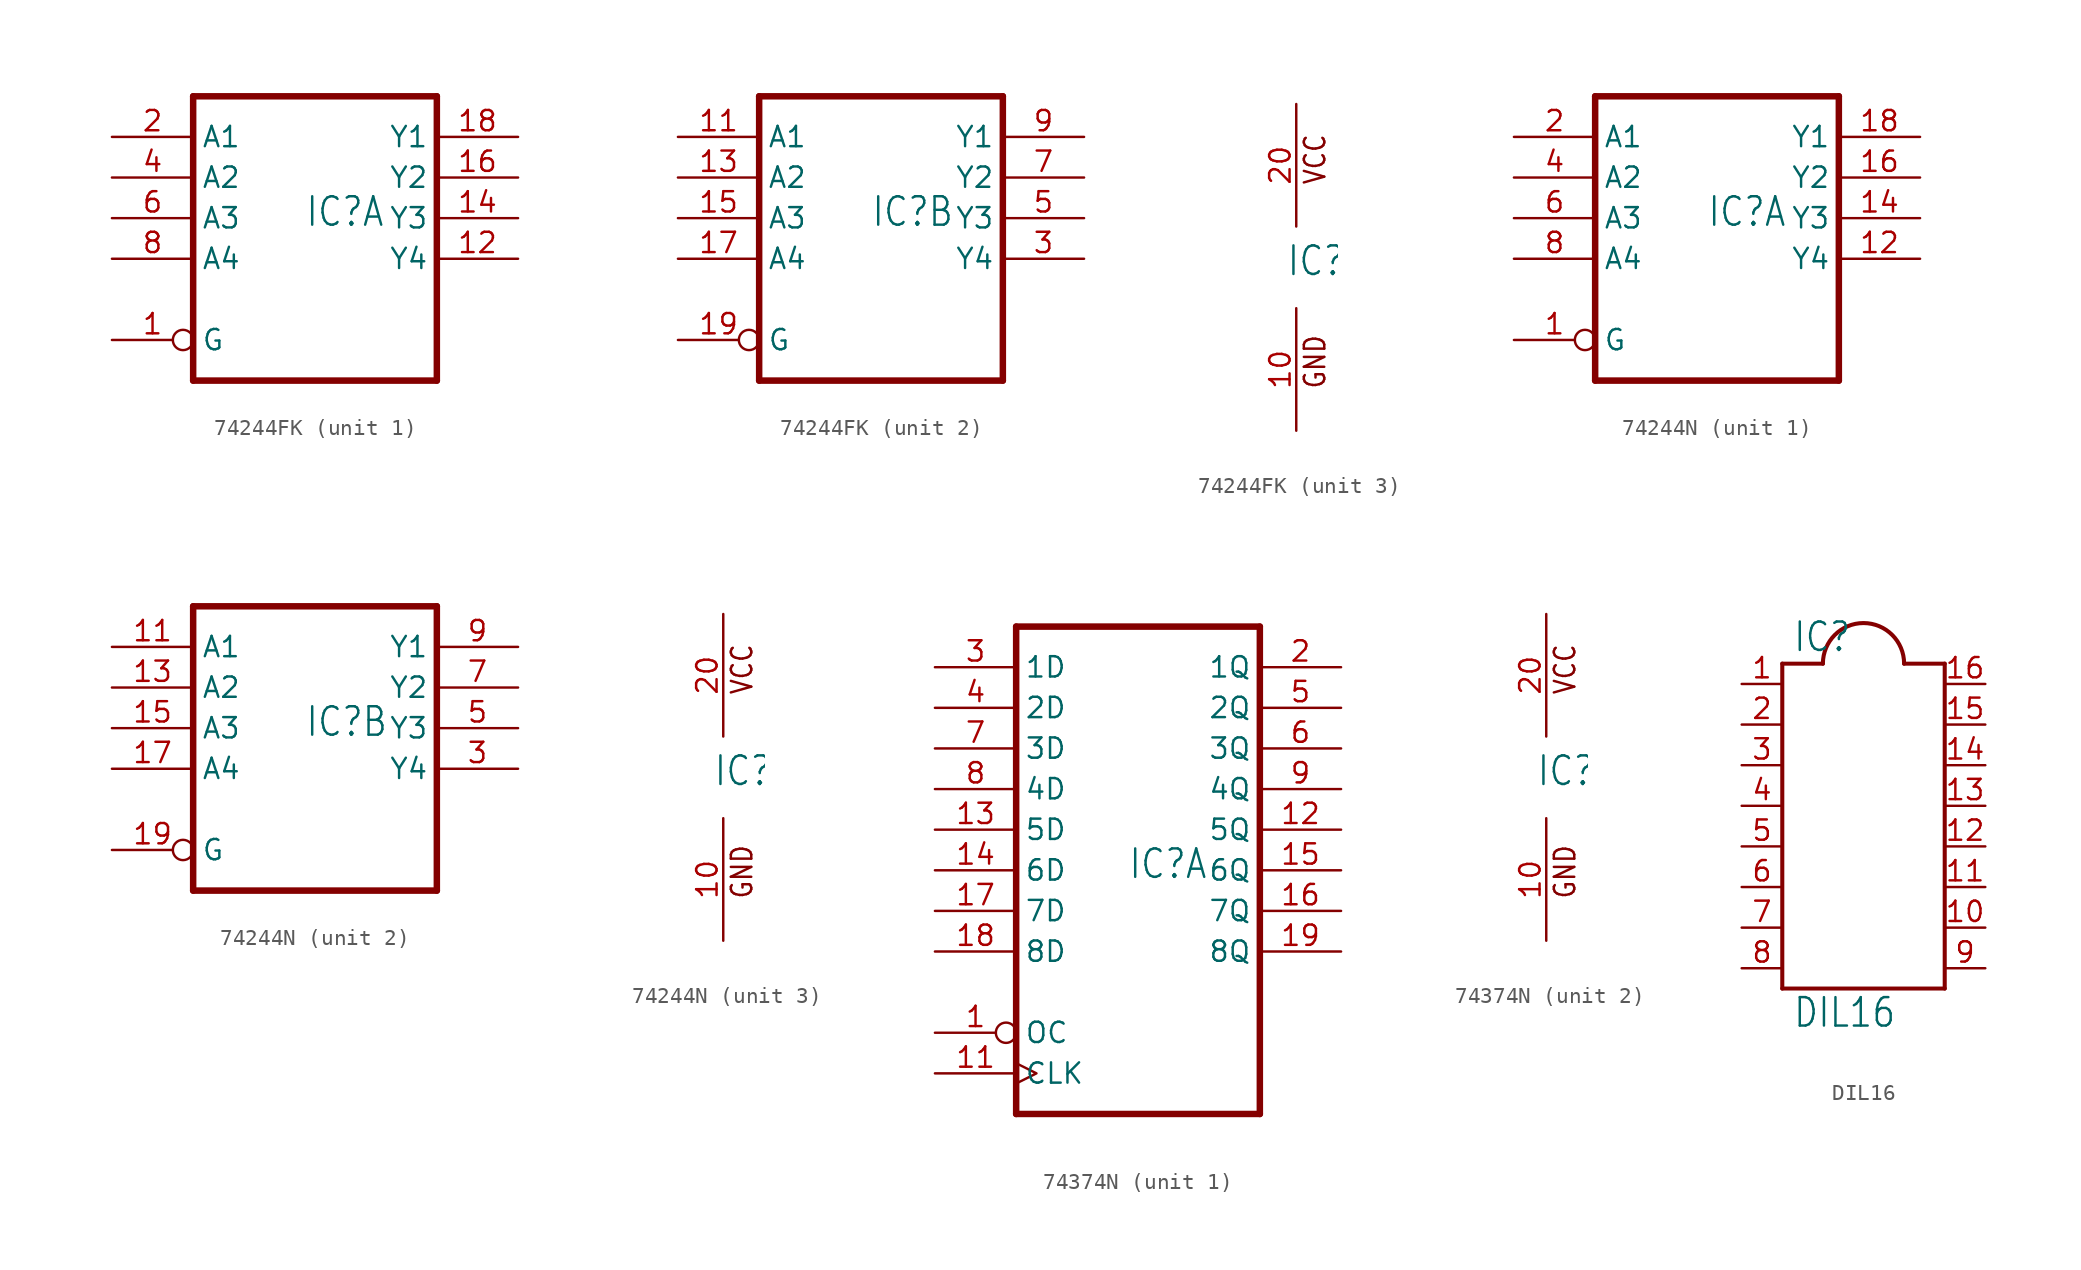
<source format=kicad_sym>
(kicad_symbol_lib
  (version 20211014)
  (generator kicad_symbol_editor)
  (symbol "74244FK"
    (property "Reference" "IC"
      (at -0.635 -0.635 0)
      (effects (font (size 1.778 1.511)) (justify left bottom)))
    (property "ki_locked" ""
      (at 0 0 0)
      (effects (font (size 1.27 1.27))))
    (symbol "74244FK_1_0"
      (polyline (pts (xy -7.62 -10.16) (xy 7.62 -10.16)) (stroke (width 0.406) (type default) (color 0 0 0 0)) (fill (type none)))
      (polyline (pts (xy -7.62 7.62) (xy -7.62 -10.16)) (stroke (width 0.406) (type default) (color 0 0 0 0)) (fill (type none)))
      (polyline (pts (xy 7.62 -10.16) (xy 7.62 7.62)) (stroke (width 0.406) (type default) (color 0 0 0 0)) (fill (type none)))
      (polyline (pts (xy 7.62 7.62) (xy -7.62 7.62)) (stroke (width 0.406) (type default) (color 0 0 0 0)) (fill (type none)))
      (pin input inverted (at -12.7 -7.62 0) (length 5.08) (name "G" (effects (font (size 1.27 1.27)))) (number "1" (effects (font (size 1.27 1.27)))))
      (pin tri_state line (at 12.7 -2.54 180) (length 5.08) (name "Y4" (effects (font (size 1.27 1.27)))) (number "12" (effects (font (size 1.27 1.27)))))
      (pin tri_state line (at 12.7 0 180) (length 5.08) (name "Y3" (effects (font (size 1.27 1.27)))) (number "14" (effects (font (size 1.27 1.27)))))
      (pin tri_state line (at 12.7 2.54 180) (length 5.08) (name "Y2" (effects (font (size 1.27 1.27)))) (number "16" (effects (font (size 1.27 1.27)))))
      (pin tri_state line (at 12.7 5.08 180) (length 5.08) (name "Y1" (effects (font (size 1.27 1.27)))) (number "18" (effects (font (size 1.27 1.27)))))
      (pin input line (at -12.7 5.08 0) (length 5.08) (name "A1" (effects (font (size 1.27 1.27)))) (number "2" (effects (font (size 1.27 1.27)))))
      (pin input line (at -12.7 2.54 0) (length 5.08) (name "A2" (effects (font (size 1.27 1.27)))) (number "4" (effects (font (size 1.27 1.27)))))
      (pin input line (at -12.7 0 0) (length 5.08) (name "A3" (effects (font (size 1.27 1.27)))) (number "6" (effects (font (size 1.27 1.27)))))
      (pin input line (at -12.7 -2.54 0) (length 5.08) (name "A4" (effects (font (size 1.27 1.27)))) (number "8" (effects (font (size 1.27 1.27))))))
    (symbol "74244FK_2_0"
      (polyline (pts (xy -7.62 -10.16) (xy 7.62 -10.16)) (stroke (width 0.406) (type default) (color 0 0 0 0)) (fill (type none)))
      (polyline (pts (xy -7.62 7.62) (xy -7.62 -10.16)) (stroke (width 0.406) (type default) (color 0 0 0 0)) (fill (type none)))
      (polyline (pts (xy 7.62 -10.16) (xy 7.62 7.62)) (stroke (width 0.406) (type default) (color 0 0 0 0)) (fill (type none)))
      (polyline (pts (xy 7.62 7.62) (xy -7.62 7.62)) (stroke (width 0.406) (type default) (color 0 0 0 0)) (fill (type none)))
      (pin input line (at -12.7 5.08 0) (length 5.08) (name "A1" (effects (font (size 1.27 1.27)))) (number "11" (effects (font (size 1.27 1.27)))))
      (pin input line (at -12.7 2.54 0) (length 5.08) (name "A2" (effects (font (size 1.27 1.27)))) (number "13" (effects (font (size 1.27 1.27)))))
      (pin input line (at -12.7 0 0) (length 5.08) (name "A3" (effects (font (size 1.27 1.27)))) (number "15" (effects (font (size 1.27 1.27)))))
      (pin input line (at -12.7 -2.54 0) (length 5.08) (name "A4" (effects (font (size 1.27 1.27)))) (number "17" (effects (font (size 1.27 1.27)))))
      (pin input inverted (at -12.7 -7.62 0) (length 5.08) (name "G" (effects (font (size 1.27 1.27)))) (number "19" (effects (font (size 1.27 1.27)))))
      (pin tri_state line (at 12.7 -2.54 180) (length 5.08) (name "Y4" (effects (font (size 1.27 1.27)))) (number "3" (effects (font (size 1.27 1.27)))))
      (pin tri_state line (at 12.7 0 180) (length 5.08) (name "Y3" (effects (font (size 1.27 1.27)))) (number "5" (effects (font (size 1.27 1.27)))))
      (pin tri_state line (at 12.7 2.54 180) (length 5.08) (name "Y2" (effects (font (size 1.27 1.27)))) (number "7" (effects (font (size 1.27 1.27)))))
      (pin tri_state line (at 12.7 5.08 180) (length 5.08) (name "Y1" (effects (font (size 1.27 1.27)))) (number "9" (effects (font (size 1.27 1.27))))))
    (symbol "74244FK_3_0"
      (text "GND" (at 1.905 -7.62 900) (effects (font (size 1.27 1.079)) (justify left bottom)))
      (text "VCC" (at 1.905 5.08 900) (effects (font (size 1.27 1.079)) (justify left bottom)))
      (pin power_in line (at 0 -10.16 90) (length 7.62) (name "GND" (effects (font (size 0 0)))) (number "10" (effects (font (size 1.27 1.27)))))
      (pin power_in line (at 0 10.16 270) (length 7.62) (name "VCC" (effects (font (size 0 0)))) (number "20" (effects (font (size 1.27 1.27)))))))
  (symbol "74244N"
    (property "Reference" "IC"
      (at -0.635 -0.635 0)
      (effects (font (size 1.778 1.511)) (justify left bottom)))
    (property "ki_locked" ""
      (at 0 0 0)
      (effects (font (size 1.27 1.27))))
    (symbol "74244N_1_0"
      (polyline (pts (xy -7.62 -10.16) (xy 7.62 -10.16)) (stroke (width 0.406) (type default) (color 0 0 0 0)) (fill (type none)))
      (polyline (pts (xy -7.62 7.62) (xy -7.62 -10.16)) (stroke (width 0.406) (type default) (color 0 0 0 0)) (fill (type none)))
      (polyline (pts (xy 7.62 -10.16) (xy 7.62 7.62)) (stroke (width 0.406) (type default) (color 0 0 0 0)) (fill (type none)))
      (polyline (pts (xy 7.62 7.62) (xy -7.62 7.62)) (stroke (width 0.406) (type default) (color 0 0 0 0)) (fill (type none)))
      (pin input inverted (at -12.7 -7.62 0) (length 5.08) (name "G" (effects (font (size 1.27 1.27)))) (number "1" (effects (font (size 1.27 1.27)))))
      (pin tri_state line (at 12.7 -2.54 180) (length 5.08) (name "Y4" (effects (font (size 1.27 1.27)))) (number "12" (effects (font (size 1.27 1.27)))))
      (pin tri_state line (at 12.7 0 180) (length 5.08) (name "Y3" (effects (font (size 1.27 1.27)))) (number "14" (effects (font (size 1.27 1.27)))))
      (pin tri_state line (at 12.7 2.54 180) (length 5.08) (name "Y2" (effects (font (size 1.27 1.27)))) (number "16" (effects (font (size 1.27 1.27)))))
      (pin tri_state line (at 12.7 5.08 180) (length 5.08) (name "Y1" (effects (font (size 1.27 1.27)))) (number "18" (effects (font (size 1.27 1.27)))))
      (pin input line (at -12.7 5.08 0) (length 5.08) (name "A1" (effects (font (size 1.27 1.27)))) (number "2" (effects (font (size 1.27 1.27)))))
      (pin input line (at -12.7 2.54 0) (length 5.08) (name "A2" (effects (font (size 1.27 1.27)))) (number "4" (effects (font (size 1.27 1.27)))))
      (pin input line (at -12.7 0 0) (length 5.08) (name "A3" (effects (font (size 1.27 1.27)))) (number "6" (effects (font (size 1.27 1.27)))))
      (pin input line (at -12.7 -2.54 0) (length 5.08) (name "A4" (effects (font (size 1.27 1.27)))) (number "8" (effects (font (size 1.27 1.27))))))
    (symbol "74244N_2_0"
      (polyline (pts (xy -7.62 -10.16) (xy 7.62 -10.16)) (stroke (width 0.406) (type default) (color 0 0 0 0)) (fill (type none)))
      (polyline (pts (xy -7.62 7.62) (xy -7.62 -10.16)) (stroke (width 0.406) (type default) (color 0 0 0 0)) (fill (type none)))
      (polyline (pts (xy 7.62 -10.16) (xy 7.62 7.62)) (stroke (width 0.406) (type default) (color 0 0 0 0)) (fill (type none)))
      (polyline (pts (xy 7.62 7.62) (xy -7.62 7.62)) (stroke (width 0.406) (type default) (color 0 0 0 0)) (fill (type none)))
      (pin input line (at -12.7 5.08 0) (length 5.08) (name "A1" (effects (font (size 1.27 1.27)))) (number "11" (effects (font (size 1.27 1.27)))))
      (pin input line (at -12.7 2.54 0) (length 5.08) (name "A2" (effects (font (size 1.27 1.27)))) (number "13" (effects (font (size 1.27 1.27)))))
      (pin input line (at -12.7 0 0) (length 5.08) (name "A3" (effects (font (size 1.27 1.27)))) (number "15" (effects (font (size 1.27 1.27)))))
      (pin input line (at -12.7 -2.54 0) (length 5.08) (name "A4" (effects (font (size 1.27 1.27)))) (number "17" (effects (font (size 1.27 1.27)))))
      (pin input inverted (at -12.7 -7.62 0) (length 5.08) (name "G" (effects (font (size 1.27 1.27)))) (number "19" (effects (font (size 1.27 1.27)))))
      (pin tri_state line (at 12.7 -2.54 180) (length 5.08) (name "Y4" (effects (font (size 1.27 1.27)))) (number "3" (effects (font (size 1.27 1.27)))))
      (pin tri_state line (at 12.7 0 180) (length 5.08) (name "Y3" (effects (font (size 1.27 1.27)))) (number "5" (effects (font (size 1.27 1.27)))))
      (pin tri_state line (at 12.7 2.54 180) (length 5.08) (name "Y2" (effects (font (size 1.27 1.27)))) (number "7" (effects (font (size 1.27 1.27)))))
      (pin tri_state line (at 12.7 5.08 180) (length 5.08) (name "Y1" (effects (font (size 1.27 1.27)))) (number "9" (effects (font (size 1.27 1.27))))))
    (symbol "74244N_3_0"
      (text "GND" (at 1.905 -7.62 900) (effects (font (size 1.27 1.079)) (justify left bottom)))
      (text "VCC" (at 1.905 5.08 900) (effects (font (size 1.27 1.079)) (justify left bottom)))
      (pin power_in line (at 0 -10.16 90) (length 7.62) (name "GND" (effects (font (size 0 0)))) (number "10" (effects (font (size 1.27 1.27)))))
      (pin power_in line (at 0 10.16 270) (length 7.62) (name "VCC" (effects (font (size 0 0)))) (number "20" (effects (font (size 1.27 1.27)))))))
  (symbol "74374N"
    (property "Reference" "IC"
      (at -0.635 -0.635 0)
      (effects (font (size 1.778 1.511)) (justify left bottom)))
    (property "ki_locked" ""
      (at 0 0 0)
      (effects (font (size 1.27 1.27))))
    (symbol "74374N_1_0"
      (polyline (pts (xy -7.62 -15.24) (xy 7.62 -15.24)) (stroke (width 0.406) (type default) (color 0 0 0 0)) (fill (type none)))
      (polyline (pts (xy -7.62 15.24) (xy -7.62 -15.24)) (stroke (width 0.406) (type default) (color 0 0 0 0)) (fill (type none)))
      (polyline (pts (xy 7.62 -15.24) (xy 7.62 15.24)) (stroke (width 0.406) (type default) (color 0 0 0 0)) (fill (type none)))
      (polyline (pts (xy 7.62 15.24) (xy -7.62 15.24)) (stroke (width 0.406) (type default) (color 0 0 0 0)) (fill (type none)))
      (pin input inverted (at -12.7 -10.16 0) (length 5.08) (name "OC" (effects (font (size 1.27 1.27)))) (number "1" (effects (font (size 1.27 1.27)))))
      (pin input clock (at -12.7 -12.7 0) (length 5.08) (name "CLK" (effects (font (size 1.27 1.27)))) (number "11" (effects (font (size 1.27 1.27)))))
      (pin tri_state line (at 12.7 2.54 180) (length 5.08) (name "5Q" (effects (font (size 1.27 1.27)))) (number "12" (effects (font (size 1.27 1.27)))))
      (pin input line (at -12.7 2.54 0) (length 5.08) (name "5D" (effects (font (size 1.27 1.27)))) (number "13" (effects (font (size 1.27 1.27)))))
      (pin input line (at -12.7 0 0) (length 5.08) (name "6D" (effects (font (size 1.27 1.27)))) (number "14" (effects (font (size 1.27 1.27)))))
      (pin tri_state line (at 12.7 0 180) (length 5.08) (name "6Q" (effects (font (size 1.27 1.27)))) (number "15" (effects (font (size 1.27 1.27)))))
      (pin tri_state line (at 12.7 -2.54 180) (length 5.08) (name "7Q" (effects (font (size 1.27 1.27)))) (number "16" (effects (font (size 1.27 1.27)))))
      (pin input line (at -12.7 -2.54 0) (length 5.08) (name "7D" (effects (font (size 1.27 1.27)))) (number "17" (effects (font (size 1.27 1.27)))))
      (pin input line (at -12.7 -5.08 0) (length 5.08) (name "8D" (effects (font (size 1.27 1.27)))) (number "18" (effects (font (size 1.27 1.27)))))
      (pin tri_state line (at 12.7 -5.08 180) (length 5.08) (name "8Q" (effects (font (size 1.27 1.27)))) (number "19" (effects (font (size 1.27 1.27)))))
      (pin tri_state line (at 12.7 12.7 180) (length 5.08) (name "1Q" (effects (font (size 1.27 1.27)))) (number "2" (effects (font (size 1.27 1.27)))))
      (pin input line (at -12.7 12.7 0) (length 5.08) (name "1D" (effects (font (size 1.27 1.27)))) (number "3" (effects (font (size 1.27 1.27)))))
      (pin input line (at -12.7 10.16 0) (length 5.08) (name "2D" (effects (font (size 1.27 1.27)))) (number "4" (effects (font (size 1.27 1.27)))))
      (pin tri_state line (at 12.7 10.16 180) (length 5.08) (name "2Q" (effects (font (size 1.27 1.27)))) (number "5" (effects (font (size 1.27 1.27)))))
      (pin tri_state line (at 12.7 7.62 180) (length 5.08) (name "3Q" (effects (font (size 1.27 1.27)))) (number "6" (effects (font (size 1.27 1.27)))))
      (pin input line (at -12.7 7.62 0) (length 5.08) (name "3D" (effects (font (size 1.27 1.27)))) (number "7" (effects (font (size 1.27 1.27)))))
      (pin input line (at -12.7 5.08 0) (length 5.08) (name "4D" (effects (font (size 1.27 1.27)))) (number "8" (effects (font (size 1.27 1.27)))))
      (pin tri_state line (at 12.7 5.08 180) (length 5.08) (name "4Q" (effects (font (size 1.27 1.27)))) (number "9" (effects (font (size 1.27 1.27))))))
    (symbol "74374N_2_0"
      (text "GND" (at 1.905 -7.62 900) (effects (font (size 1.27 1.079)) (justify left bottom)))
      (text "VCC" (at 1.905 5.08 900) (effects (font (size 1.27 1.079)) (justify left bottom)))
      (pin power_in line (at 0 -10.16 90) (length 7.62) (name "GND" (effects (font (size 0 0)))) (number "10" (effects (font (size 1.27 1.27)))))
      (pin power_in line (at 0 10.16 270) (length 7.62) (name "VCC" (effects (font (size 0 0)))) (number "20" (effects (font (size 1.27 1.27)))))))
  (symbol "DIL16"
    (property "Reference" "IC"
      (at -4.445 9.525 0)
      (effects (font (size 1.778 1.511)) (justify left bottom)))
    (property "Value" "DIL16"
      (at -4.445 -13.97 0)
      (effects (font (size 1.778 1.511)) (justify left bottom)))
    (property "ki_locked" ""
      (at 0 0 0)
      (effects (font (size 1.27 1.27))))
    (symbol "DIL16_1_0"
      (polyline (pts (xy -5.08 -11.43) (xy 5.08 -11.43)) (stroke (width 0.254) (type default) (color 0 0 0 0)) (fill (type none)))
      (polyline (pts (xy -5.08 8.89) (xy -5.08 -11.43)) (stroke (width 0.254) (type default) (color 0 0 0 0)) (fill (type none)))
      (polyline (pts (xy -5.08 8.89) (xy -2.54 8.89)) (stroke (width 0.254) (type default) (color 0 0 0 0)) (fill (type none)))
      (polyline (pts (xy 5.08 -11.43) (xy 5.08 8.89)) (stroke (width 0.254) (type default) (color 0 0 0 0)) (fill (type none)))
      (polyline (pts (xy 5.08 8.89) (xy 2.54 8.89)) (stroke (width 0.254) (type default) (color 0 0 0 0)) (fill (type none)))
      (arc (start 2.54 8.89) (mid 0 11.43) (end -2.54 8.89) (stroke (width 0.254) (type default) (color 0 0 0 0)) (fill (type none)))
      (pin passive line (at -7.62 7.62 0) (length 2.54) (name "1" (effects (font (size 0 0)))) (number "1" (effects (font (size 1.27 1.27)))))
      (pin passive line (at 7.62 -7.62 180) (length 2.54) (name "10" (effects (font (size 0 0)))) (number "10" (effects (font (size 1.27 1.27)))))
      (pin passive line (at 7.62 -5.08 180) (length 2.54) (name "11" (effects (font (size 0 0)))) (number "11" (effects (font (size 1.27 1.27)))))
      (pin passive line (at 7.62 -2.54 180) (length 2.54) (name "12" (effects (font (size 0 0)))) (number "12" (effects (font (size 1.27 1.27)))))
      (pin passive line (at 7.62 0 180) (length 2.54) (name "13" (effects (font (size 0 0)))) (number "13" (effects (font (size 1.27 1.27)))))
      (pin passive line (at 7.62 2.54 180) (length 2.54) (name "14" (effects (font (size 0 0)))) (number "14" (effects (font (size 1.27 1.27)))))
      (pin passive line (at 7.62 5.08 180) (length 2.54) (name "15" (effects (font (size 0 0)))) (number "15" (effects (font (size 1.27 1.27)))))
      (pin passive line (at 7.62 7.62 180) (length 2.54) (name "16" (effects (font (size 0 0)))) (number "16" (effects (font (size 1.27 1.27)))))
      (pin passive line (at -7.62 5.08 0) (length 2.54) (name "2" (effects (font (size 0 0)))) (number "2" (effects (font (size 1.27 1.27)))))
      (pin passive line (at -7.62 2.54 0) (length 2.54) (name "3" (effects (font (size 0 0)))) (number "3" (effects (font (size 1.27 1.27)))))
      (pin passive line (at -7.62 0 0) (length 2.54) (name "4" (effects (font (size 0 0)))) (number "4" (effects (font (size 1.27 1.27)))))
      (pin passive line (at -7.62 -2.54 0) (length 2.54) (name "5" (effects (font (size 0 0)))) (number "5" (effects (font (size 1.27 1.27)))))
      (pin passive line (at -7.62 -5.08 0) (length 2.54) (name "6" (effects (font (size 0 0)))) (number "6" (effects (font (size 1.27 1.27)))))
      (pin passive line (at -7.62 -7.62 0) (length 2.54) (name "7" (effects (font (size 0 0)))) (number "7" (effects (font (size 1.27 1.27)))))
      (pin passive line (at -7.62 -10.16 0) (length 2.54) (name "8" (effects (font (size 0 0)))) (number "8" (effects (font (size 1.27 1.27)))))
      (pin passive line (at 7.62 -10.16 180) (length 2.54) (name "9" (effects (font (size 0 0)))) (number "9" (effects (font (size 1.27 1.27))))))))
</source>
